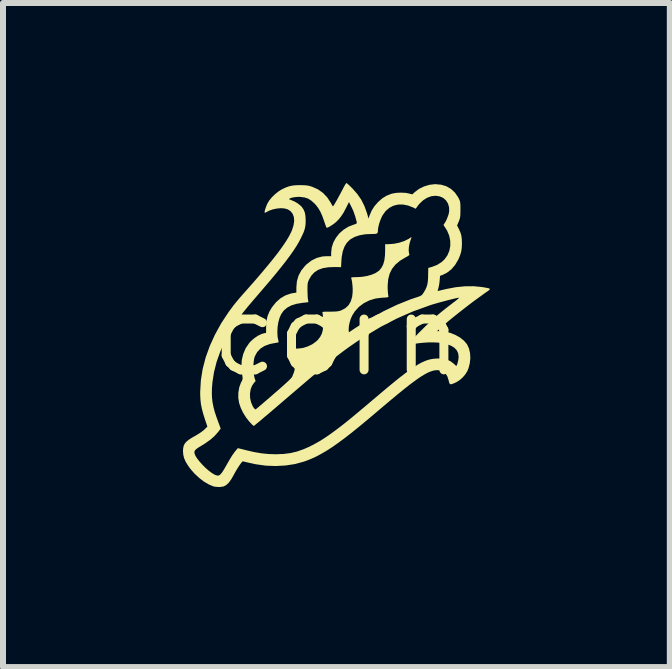
<source format=kicad_pcb>
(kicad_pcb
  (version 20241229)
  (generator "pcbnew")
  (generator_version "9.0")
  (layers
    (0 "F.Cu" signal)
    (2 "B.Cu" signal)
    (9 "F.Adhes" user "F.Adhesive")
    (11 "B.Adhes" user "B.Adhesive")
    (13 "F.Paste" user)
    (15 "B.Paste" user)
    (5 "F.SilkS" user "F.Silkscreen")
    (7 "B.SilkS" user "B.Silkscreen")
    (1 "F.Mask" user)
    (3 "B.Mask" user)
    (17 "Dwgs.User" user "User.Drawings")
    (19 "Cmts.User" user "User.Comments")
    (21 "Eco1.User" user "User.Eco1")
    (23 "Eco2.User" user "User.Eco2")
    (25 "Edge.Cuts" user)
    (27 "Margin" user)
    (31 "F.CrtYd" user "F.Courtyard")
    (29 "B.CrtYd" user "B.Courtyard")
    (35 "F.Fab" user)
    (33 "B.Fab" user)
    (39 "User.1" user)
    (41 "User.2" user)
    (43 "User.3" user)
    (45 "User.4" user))
  (footprint "corn"
    (layer "F.Cu")
    (at 2.565 2.535)
    (property "Reference" "corn" (at 0 0 0) (layer "F.SilkS") (effects (font (size 1.27 1.27) (thickness 0.15))))
    (attr board_only exclude_from_pos_files exclude_from_bom)
    (fp_poly (pts (xy 0.17 -2.528) (xy 0.191 -2.51) (xy 0.221 -2.482) (xy 0.255 -2.448) (xy 0.261 -2.442) (xy 0.341 -2.351) (xy 0.407 -2.256) (xy 0.459 -2.151) (xy 0.502 -2.033) (xy 0.511 -2.001) (xy 0.527 -1.942) (xy 0.545 -1.993) (xy 0.58 -2.075) (xy 0.626 -2.147) (xy 0.686 -2.216) (xy 0.69 -2.22) (xy 0.757 -2.279) (xy 0.827 -2.322) (xy 0.904 -2.353) (xy 0.93 -2.36) (xy 0.997 -2.371) (xy 1.073 -2.374) (xy 1.147 -2.37) (xy 1.199 -2.36) (xy 1.257 -2.345) (xy 1.3 -2.384) (xy 1.371 -2.437) (xy 1.453 -2.477) (xy 1.542 -2.504) (xy 1.633 -2.515) (xy 1.645 -2.515) (xy 1.74 -2.506) (xy 1.826 -2.48) (xy 1.902 -2.436) (xy 1.967 -2.376) (xy 2.02 -2.3) (xy 2.032 -2.276) (xy 2.044 -2.252) (xy 2.052 -2.23) (xy 2.056 -2.206) (xy 2.059 -2.175) (xy 2.06 -2.133) (xy 2.06 -2.09) (xy 2.059 -2.035) (xy 2.058 -1.994) (xy 2.054 -1.964) (xy 2.048 -1.937) (xy 2.039 -1.91) (xy 2.032 -1.893) (xy 2.004 -1.827) (xy 2.034 -1.768) (xy 2.058 -1.714) (xy 2.074 -1.662) (xy 2.082 -1.604) (xy 2.085 -1.534) (xy 2.085 -1.533) (xy 2.082 -1.456) (xy 2.073 -1.391) (xy 2.054 -1.329) (xy 2.026 -1.262) (xy 2.025 -1.26) (xy 1.972 -1.17) (xy 1.909 -1.096) (xy 1.837 -1.04) (xy 1.766 -1.004) (xy 1.72 -0.987) (xy 1.713 -0.904) (xy 1.708 -0.858) (xy 1.7 -0.814) (xy 1.692 -0.78) (xy 1.691 -0.776) (xy 1.682 -0.75) (xy 1.68 -0.738) (xy 1.687 -0.736) (xy 1.698 -0.738) (xy 1.716 -0.742) (xy 1.749 -0.75) (xy 1.792 -0.76) (xy 1.83 -0.769) (xy 1.985 -0.798) (xy 2.137 -0.813) (xy 2.281 -0.814) (xy 2.415 -0.801) (xy 2.42 -0.8) (xy 2.48 -0.79) (xy 2.521 -0.782) (xy 2.544 -0.775) (xy 2.551 -0.765) (xy 2.541 -0.752) (xy 2.517 -0.733) (xy 2.479 -0.707) (xy 2.469 -0.7) (xy 2.375 -0.632) (xy 2.273 -0.558) (xy 2.168 -0.478) (xy 2.063 -0.396) (xy 1.961 -0.315) (xy 1.866 -0.238) (xy 1.782 -0.166) (xy 1.72 -0.111) (xy 1.67 -0.066) (xy 1.72 -0.065) (xy 1.807 -0.057) (xy 1.895 -0.035) (xy 1.978 -0.001) (xy 2.054 0.042) (xy 2.118 0.093) (xy 2.167 0.15) (xy 2.171 0.156) (xy 2.202 0.223) (xy 2.22 0.301) (xy 2.225 0.385) (xy 2.216 0.47) (xy 2.194 0.554) (xy 2.175 0.601) (xy 2.142 0.654) (xy 2.098 0.706) (xy 2.047 0.751) (xy 1.997 0.783) (xy 1.988 0.788) (xy 1.942 0.808) (xy 1.912 0.819) (xy 1.892 0.82) (xy 1.88 0.81) (xy 1.871 0.789) (xy 1.863 0.755) (xy 1.841 0.688) (xy 1.811 0.639) (xy 1.772 0.606) (xy 1.721 0.589) (xy 1.676 0.585) (xy 1.64 0.587) (xy 1.603 0.594) (xy 1.563 0.607) (xy 1.518 0.626) (xy 1.469 0.652) (xy 1.413 0.685) (xy 1.351 0.727) (xy 1.28 0.778) (xy 1.2 0.838) (xy 1.111 0.909) (xy 1.01 0.991) (xy 0.898 1.084) (xy 0.772 1.19) (xy 0.66 1.285) (xy 0.51 1.412) (xy 0.372 1.526) (xy 0.246 1.628) (xy 0.13 1.718) (xy 0.023 1.797) (xy -0.075 1.866) (xy -0.168 1.926) (xy -0.255 1.977) (xy -0.338 2.022) (xy -0.418 2.059) (xy -0.497 2.091) (xy -0.551 2.11) (xy -0.697 2.15) (xy -0.854 2.174) (xy -1.017 2.183) (xy -1.183 2.177) (xy -1.349 2.154) (xy -1.464 2.129) (xy -1.506 2.119) (xy -1.54 2.111) (xy -1.562 2.106) (xy -1.567 2.105) (xy -1.579 2.113) (xy -1.598 2.136) (xy -1.622 2.169) (xy -1.649 2.21) (xy -1.677 2.256) (xy -1.704 2.303) (xy -1.717 2.328) (xy -1.761 2.405) (xy -1.804 2.463) (xy -1.846 2.502) (xy -1.888 2.523) (xy -1.89 2.524) (xy -1.956 2.534) (xy -2.026 2.529) (xy -2.062 2.521) (xy -2.139 2.488) (xy -2.219 2.44) (xy -2.298 2.379) (xy -2.374 2.308) (xy -2.443 2.229) (xy -2.478 2.18) (xy -2.52 2.112) (xy -2.547 2.05) (xy -2.561 1.989) (xy -2.563 1.957) (xy -2.375 1.957) (xy -2.371 1.979) (xy -2.355 2.017) (xy -2.325 2.063) (xy -2.285 2.113) (xy -2.238 2.165) (xy -2.187 2.216) (xy -2.134 2.262) (xy -2.084 2.299) (xy -2.039 2.326) (xy -2.015 2.336) (xy -1.986 2.343) (xy -1.965 2.34) (xy -1.944 2.325) (xy -1.936 2.317) (xy -1.92 2.298) (xy -1.897 2.265) (xy -1.872 2.224) (xy -1.846 2.178) (xy -1.844 2.175) (xy -1.79 2.08) (xy -1.742 2.002) (xy -1.697 1.94) (xy -1.678 1.917) (xy -1.65 1.885) (xy -1.514 1.919) (xy -1.381 1.95) (xy -1.258 1.971) (xy -1.139 1.983) (xy -1.02 1.987) (xy -0.89 1.982) (xy -0.772 1.967) (xy -0.659 1.94) (xy -0.546 1.899) (xy -0.47 1.866) (xy -0.404 1.833) (xy -0.339 1.798) (xy -0.271 1.759) (xy -0.201 1.714) (xy -0.127 1.664) (xy -0.047 1.606) (xy 0.04 1.541) (xy 0.135 1.467) (xy 0.239 1.383) (xy 0.354 1.287) (xy 0.482 1.18) (xy 0.595 1.084) (xy 0.729 0.971) (xy 0.849 0.87) (xy 0.957 0.781) (xy 1.054 0.703) (xy 1.14 0.637) (xy 1.218 0.58) (xy 1.288 0.532) (xy 1.351 0.492) (xy 1.408 0.46) (xy 1.461 0.436) (xy 1.511 0.417) (xy 1.559 0.404) (xy 1.606 0.396) (xy 1.653 0.392) (xy 1.695 0.391) (xy 1.776 0.396) (xy 1.843 0.412) (xy 1.9 0.44) (xy 1.945 0.475) (xy 1.969 0.496) (xy 1.985 0.511) (xy 1.991 0.515) (xy 1.998 0.506) (xy 2.007 0.483) (xy 2.016 0.451) (xy 2.024 0.416) (xy 2.028 0.383) (xy 2.03 0.365) (xy 2.022 0.304) (xy 1.998 0.253) (xy 1.957 0.21) (xy 1.9 0.176) (xy 1.826 0.15) (xy 1.733 0.132) (xy 1.677 0.125) (xy 1.61 0.122) (xy 1.534 0.122) (xy 1.453 0.127) (xy 1.372 0.135) (xy 1.298 0.146) (xy 1.233 0.159) (xy 1.187 0.172) (xy 1.182 0.171) (xy 1.19 0.156) (xy 1.209 0.132) (xy 1.238 0.098) (xy 1.275 0.058) (xy 1.319 0.012) (xy 1.368 -0.039) (xy 1.421 -0.091) (xy 1.475 -0.145) (xy 1.53 -0.197) (xy 1.583 -0.247) (xy 1.633 -0.293) (xy 1.679 -0.333) (xy 1.7 -0.351) (xy 1.754 -0.395) (xy 1.815 -0.444) (xy 1.876 -0.491) (xy 1.929 -0.532) (xy 1.933 -0.535) (xy 1.973 -0.565) (xy 2.005 -0.591) (xy 2.028 -0.611) (xy 2.038 -0.621) (xy 2.037 -0.623) (xy 2.024 -0.621) (xy 1.994 -0.616) (xy 1.952 -0.606) (xy 1.899 -0.593) (xy 1.84 -0.578) (xy 1.777 -0.561) (xy 1.713 -0.544) (xy 1.653 -0.527) (xy 1.597 -0.511) (xy 1.551 -0.496) (xy 1.545 -0.494) (xy 1.269 -0.394) (xy 1 -0.276) (xy 0.735 -0.139) (xy 0.474 0.017) (xy 0.38 0.078) (xy 0.318 0.12) (xy 0.258 0.161) (xy 0.201 0.201) (xy 0.144 0.242) (xy 0.086 0.285) (xy 0.026 0.331) (xy -0.037 0.38) (xy -0.105 0.434) (xy -0.178 0.495) (xy -0.259 0.562) (xy -0.349 0.637) (xy -0.449 0.721) (xy -0.559 0.815) (xy -0.683 0.921) (xy -0.813 1.032) (xy -0.904 1.11) (xy -0.99 1.184) (xy -1.072 1.254) (xy -1.146 1.317) (xy -1.213 1.373) (xy -1.27 1.422) (xy -1.317 1.461) (xy -1.353 1.49) (xy -1.375 1.509) (xy -1.384 1.515) (xy -1.394 1.508) (xy -1.415 1.49) (xy -1.441 1.462) (xy -1.459 1.443) (xy -1.513 1.375) (xy -1.563 1.295) (xy -1.603 1.211) (xy -1.63 1.13) (xy -1.643 1.046) (xy -1.642 0.977) (xy -1.448 0.977) (xy -1.446 1.049) (xy -1.43 1.121) (xy -1.402 1.187) (xy -1.394 1.2) (xy -1.373 1.228) (xy -1.357 1.239) (xy -1.353 1.239) (xy -1.343 1.23) (xy -1.319 1.211) (xy -1.284 1.181) (xy -1.239 1.143) (xy -1.186 1.097) (xy -1.126 1.046) (xy -1.062 0.99) (xy -1.053 0.982) (xy -0.966 0.907) (xy -0.895 0.844) (xy -0.838 0.792) (xy -0.795 0.752) (xy -0.765 0.721) (xy -0.748 0.701) (xy -0.745 0.695) (xy -0.713 0.615) (xy -0.693 0.524) (xy -0.686 0.429) (xy -0.692 0.338) (xy -0.699 0.3) (xy -0.707 0.263) (xy -0.706 0.24) (xy -0.693 0.229) (xy -0.667 0.225) (xy -0.65 0.225) (xy -0.569 0.216) (xy -0.488 0.191) (xy -0.41 0.154) (xy -0.344 0.106) (xy -0.316 0.079) (xy -0.278 0.03) (xy -0.251 -0.022) (xy -0.235 -0.081) (xy -0.227 -0.152) (xy -0.228 -0.232) (xy -0.23 -0.28) (xy -0.233 -0.323) (xy -0.237 -0.354) (xy -0.239 -0.37) (xy -0.241 -0.378) (xy -0.238 -0.384) (xy -0.228 -0.387) (xy -0.206 -0.389) (xy -0.171 -0.39) (xy -0.12 -0.39) (xy -0.113 -0.39) (xy -0.055 -0.391) (xy -0.012 -0.393) (xy 0.02 -0.397) (xy 0.047 -0.403) (xy 0.074 -0.412) (xy 0.076 -0.413) (xy 0.143 -0.449) (xy 0.195 -0.498) (xy 0.232 -0.561) (xy 0.255 -0.638) (xy 0.263 -0.712) (xy 0.264 -0.768) (xy 0.26 -0.827) (xy 0.254 -0.883) (xy 0.245 -0.929) (xy 0.239 -0.95) (xy 0.239 -0.957) (xy 0.248 -0.962) (xy 0.27 -0.964) (xy 0.307 -0.965) (xy 0.318 -0.965) (xy 0.412 -0.97) (xy 0.501 -0.984) (xy 0.58 -1.006) (xy 0.647 -1.035) (xy 0.699 -1.07) (xy 0.707 -1.077) (xy 0.745 -1.124) (xy 0.773 -1.179) (xy 0.792 -1.246) (xy 0.802 -1.326) (xy 0.805 -1.411) (xy 0.805 -1.515) (xy 0.863 -1.515) (xy 0.953 -1.522) (xy 1.042 -1.54) (xy 1.126 -1.568) (xy 1.198 -1.604) (xy 1.217 -1.617) (xy 1.237 -1.63) (xy 1.244 -1.631) (xy 1.242 -1.622) (xy 1.216 -1.544) (xy 1.201 -1.472) (xy 1.197 -1.409) (xy 1.204 -1.358) (xy 1.209 -1.345) (xy 1.207 -1.334) (xy 1.191 -1.321) (xy 1.16 -1.302) (xy 1.142 -1.293) (xy 1.051 -1.238) (xy 0.977 -1.175) (xy 0.92 -1.104) (xy 0.88 -1.023) (xy 0.856 -0.931) (xy 0.847 -0.827) (xy 0.847 -0.771) (xy 0.85 -0.724) (xy 0.853 -0.684) (xy 0.857 -0.656) (xy 0.859 -0.644) (xy 0.86 -0.637) (xy 0.853 -0.632) (xy 0.835 -0.628) (xy 0.803 -0.625) (xy 0.758 -0.623) (xy 0.645 -0.609) (xy 0.542 -0.578) (xy 0.449 -0.531) (xy 0.368 -0.47) (xy 0.299 -0.394) (xy 0.255 -0.324) (xy 0.231 -0.269) (xy 0.212 -0.207) (xy 0.2 -0.146) (xy 0.197 -0.093) (xy 0.197 -0.089) (xy 0.2 -0.045) (xy 0.326 -0.129) (xy 0.553 -0.272) (xy 0.778 -0.397) (xy 1.001 -0.504) (xy 1.22 -0.592) (xy 1.302 -0.62) (xy 1.35 -0.636) (xy 1.383 -0.648) (xy 1.405 -0.659) (xy 1.421 -0.672) (xy 1.433 -0.688) (xy 1.444 -0.703) (xy 1.474 -0.754) (xy 1.495 -0.8) (xy 1.509 -0.847) (xy 1.517 -0.901) (xy 1.521 -0.967) (xy 1.521 -0.99) (xy 1.524 -1.119) (xy 1.582 -1.135) (xy 1.671 -1.169) (xy 1.748 -1.218) (xy 1.795 -1.262) (xy 1.843 -1.329) (xy 1.875 -1.405) (xy 1.891 -1.486) (xy 1.89 -1.571) (xy 1.873 -1.656) (xy 1.839 -1.738) (xy 1.798 -1.803) (xy 1.783 -1.825) (xy 1.779 -1.839) (xy 1.786 -1.851) (xy 1.788 -1.853) (xy 1.807 -1.881) (xy 1.828 -1.922) (xy 1.847 -1.969) (xy 1.863 -2.015) (xy 1.871 -2.054) (xy 1.872 -2.058) (xy 1.871 -2.128) (xy 1.853 -2.191) (xy 1.82 -2.244) (xy 1.774 -2.285) (xy 1.717 -2.311) (xy 1.646 -2.322) (xy 1.574 -2.314) (xy 1.503 -2.288) (xy 1.436 -2.245) (xy 1.375 -2.187) (xy 1.35 -2.155) (xy 1.314 -2.105) (xy 1.277 -2.124) (xy 1.188 -2.159) (xy 1.101 -2.176) (xy 1.019 -2.175) (xy 0.943 -2.156) (xy 0.874 -2.12) (xy 0.813 -2.067) (xy 0.763 -1.998) (xy 0.745 -1.962) (xy 0.724 -1.913) (xy 0.706 -1.859) (xy 0.693 -1.809) (xy 0.686 -1.767) (xy 0.685 -1.755) (xy 0.684 -1.724) (xy 0.678 -1.703) (xy 0.665 -1.692) (xy 0.641 -1.686) (xy 0.601 -1.685) (xy 0.581 -1.685) (xy 0.472 -1.68) (xy 0.378 -1.663) (xy 0.297 -1.636) (xy 0.228 -1.597) (xy 0.217 -1.589) (xy 0.165 -1.537) (xy 0.126 -1.472) (xy 0.097 -1.391) (xy 0.08 -1.295) (xy 0.076 -1.241) (xy 0.07 -1.132) (xy -0.036 -1.134) (xy -0.143 -1.13) (xy -0.234 -1.115) (xy -0.311 -1.087) (xy -0.374 -1.046) (xy -0.424 -0.992) (xy -0.457 -0.937) (xy -0.472 -0.907) (xy -0.481 -0.881) (xy -0.487 -0.855) (xy -0.489 -0.823) (xy -0.49 -0.779) (xy -0.49 -0.76) (xy -0.489 -0.709) (xy -0.487 -0.659) (xy -0.485 -0.618) (xy -0.482 -0.599) (xy -0.475 -0.548) (xy -0.574 -0.537) (xy -0.675 -0.52) (xy -0.759 -0.494) (xy -0.828 -0.457) (xy -0.884 -0.41) (xy -0.927 -0.35) (xy -0.954 -0.29) (xy -0.975 -0.217) (xy -0.988 -0.134) (xy -0.992 -0.05) (xy -0.988 0.03) (xy -0.975 0.094) (xy -0.971 0.111) (xy -0.975 0.121) (xy -0.99 0.126) (xy -1.018 0.13) (xy -1.119 0.15) (xy -1.205 0.182) (xy -1.274 0.226) (xy -1.328 0.283) (xy -1.366 0.352) (xy -1.372 0.367) (xy -1.382 0.412) (xy -1.389 0.47) (xy -1.391 0.535) (xy -1.389 0.601) (xy -1.383 0.661) (xy -1.373 0.709) (xy -1.372 0.714) (xy -1.354 0.768) (xy -1.379 0.794) (xy -1.414 0.845) (xy -1.438 0.907) (xy -1.448 0.977) (xy -1.642 0.977) (xy -1.642 0.958) (xy -1.627 0.872) (xy -1.6 0.796) (xy -1.59 0.778) (xy -1.579 0.757) (xy -1.573 0.74) (xy -1.571 0.722) (xy -1.573 0.696) (xy -1.579 0.657) (xy -1.582 0.643) (xy -1.592 0.527) (xy -1.585 0.417) (xy -1.56 0.313) (xy -1.519 0.218) (xy -1.461 0.133) (xy -1.431 0.1) (xy -1.376 0.052) (xy -1.315 0.011) (xy -1.254 -0.018) (xy -1.21 -0.031) (xy -1.18 -0.036) (xy -1.179 -0.143) (xy -1.173 -0.234) (xy -1.156 -0.314) (xy -1.125 -0.39) (xy -1.081 -0.464) (xy -1.016 -0.545) (xy -0.942 -0.611) (xy -0.86 -0.66) (xy -0.771 -0.691) (xy -0.742 -0.697) (xy -0.675 -0.708) (xy -0.675 -0.795) (xy -0.666 -0.897) (xy -0.639 -0.99) (xy -0.594 -1.075) (xy -0.53 -1.154) (xy -0.5 -1.183) (xy -0.42 -1.244) (xy -0.334 -1.286) (xy -0.242 -1.31) (xy -0.168 -1.315) (xy -0.095 -1.315) (xy -0.095 -1.374) (xy -0.085 -1.461) (xy -0.058 -1.545) (xy -0.014 -1.624) (xy 0.043 -1.696) (xy 0.113 -1.757) (xy 0.192 -1.806) (xy 0.268 -1.836) (xy 0.303 -1.848) (xy 0.323 -1.856) (xy 0.331 -1.865) (xy 0.332 -1.877) (xy 0.33 -1.889) (xy 0.305 -1.982) (xy 0.272 -2.075) (xy 0.242 -2.138) (xy 0.202 -2.217) (xy 0.154 -2.121) (xy 0.112 -2.041) (xy 0.07 -1.977) (xy 0.027 -1.924) (xy -0.017 -1.881) (xy -0.049 -1.855) (xy -0.084 -1.831) (xy -0.118 -1.81) (xy -0.147 -1.794) (xy -0.167 -1.788) (xy -0.172 -1.789) (xy -0.177 -1.8) (xy -0.187 -1.826) (xy -0.2 -1.863) (xy -0.21 -1.892) (xy -0.242 -1.983) (xy -0.275 -2.057) (xy -0.312 -2.119) (xy -0.353 -2.172) (xy -0.37 -2.19) (xy -0.424 -2.239) (xy -0.477 -2.273) (xy -0.535 -2.293) (xy -0.602 -2.302) (xy -0.611 -2.303) (xy -0.655 -2.303) (xy -0.7 -2.299) (xy -0.74 -2.292) (xy -0.772 -2.283) (xy -0.792 -2.272) (xy -0.795 -2.266) (xy -0.786 -2.259) (xy -0.764 -2.25) (xy -0.752 -2.246) (xy -0.707 -2.227) (xy -0.659 -2.199) (xy -0.615 -2.166) (xy -0.582 -2.134) (xy -0.582 -2.133) (xy -0.553 -2.089) (xy -0.534 -2.042) (xy -0.524 -1.988) (xy -0.52 -1.921) (xy -0.52 -1.91) (xy -0.521 -1.855) (xy -0.527 -1.807) (xy -0.537 -1.762) (xy -0.554 -1.713) (xy -0.58 -1.656) (xy -0.601 -1.613) (xy -0.635 -1.548) (xy -0.676 -1.479) (xy -0.725 -1.404) (xy -0.783 -1.322) (xy -0.85 -1.232) (xy -0.927 -1.134) (xy -1.015 -1.025) (xy -1.115 -0.905) (xy -1.228 -0.773) (xy -1.298 -0.691) (xy -1.391 -0.583) (xy -1.472 -0.488) (xy -1.542 -0.402) (xy -1.603 -0.325) (xy -1.656 -0.254) (xy -1.703 -0.186) (xy -1.745 -0.12) (xy -1.784 -0.054) (xy -1.822 0.015) (xy -1.86 0.089) (xy -1.865 0.1) (xy -1.944 0.277) (xy -2.005 0.449) (xy -2.048 0.619) (xy -2.074 0.787) (xy -2.082 0.885) (xy -2.084 0.97) (xy -2.081 1.047) (xy -2.072 1.123) (xy -2.057 1.199) (xy -2.035 1.282) (xy -2.004 1.375) (xy -1.971 1.465) (xy -1.936 1.559) (xy -1.977 1.613) (xy -2.037 1.681) (xy -2.108 1.744) (xy -2.194 1.805) (xy -2.25 1.84) (xy -2.302 1.871) (xy -2.338 1.896) (xy -2.361 1.917) (xy -2.372 1.936) (xy -2.375 1.957) (xy -2.563 1.957) (xy -2.565 1.937) (xy -2.562 1.889) (xy -2.554 1.848) (xy -2.537 1.812) (xy -2.51 1.779) (xy -2.47 1.746) (xy -2.416 1.711) (xy -2.345 1.671) (xy -2.344 1.67) (xy -2.299 1.643) (xy -2.255 1.613) (xy -2.218 1.584) (xy -2.207 1.574) (xy -2.158 1.526) (xy -2.201 1.398) (xy -2.23 1.305) (xy -2.251 1.224) (xy -2.266 1.149) (xy -2.274 1.074) (xy -2.278 0.992) (xy -2.278 0.945) (xy -2.267 0.756) (xy -2.237 0.566) (xy -2.187 0.374) (xy -2.118 0.182) (xy -2.031 -0.009) (xy -1.926 -0.199) (xy -1.802 -0.387) (xy -1.718 -0.5) (xy -1.688 -0.537) (xy -1.649 -0.584) (xy -1.603 -0.638) (xy -1.555 -0.693) (xy -1.512 -0.741) (xy -1.376 -0.895) (xy -1.255 -1.036) (xy -1.147 -1.165) (xy -1.052 -1.282) (xy -0.97 -1.388) (xy -0.901 -1.484) (xy -0.843 -1.57) (xy -0.797 -1.647) (xy -0.762 -1.716) (xy -0.748 -1.748) (xy -0.722 -1.829) (xy -0.711 -1.903) (xy -0.717 -1.968) (xy -0.738 -2.023) (xy -0.774 -2.067) (xy -0.82 -2.096) (xy -0.87 -2.11) (xy -0.932 -2.115) (xy -0.999 -2.109) (xy -1.067 -2.095) (xy -1.13 -2.073) (xy -1.164 -2.055) (xy -1.186 -2.043) (xy -1.201 -2.039) (xy -1.203 -2.04) (xy -1.205 -2.054) (xy -1.199 -2.081) (xy -1.188 -2.117) (xy -1.173 -2.157) (xy -1.157 -2.194) (xy -1.126 -2.245) (xy -1.081 -2.299) (xy -1.027 -2.351) (xy -0.97 -2.396) (xy -0.92 -2.427) (xy -0.856 -2.458) (xy -0.798 -2.479) (xy -0.74 -2.492) (xy -0.675 -2.498) (xy -0.61 -2.499) (xy -0.554 -2.498) (xy -0.511 -2.495) (xy -0.476 -2.49) (xy -0.441 -2.481) (xy -0.41 -2.471) (xy -0.315 -2.429) (xy -0.232 -2.37) (xy -0.161 -2.296) (xy -0.102 -2.206) (xy -0.098 -2.199) (xy -0.082 -2.17) (xy -0.07 -2.151) (xy -0.065 -2.145) (xy -0.058 -2.153) (xy -0.043 -2.176) (xy -0.022 -2.211) (xy 0.003 -2.255) (xy 0.03 -2.305) (xy 0.059 -2.358) (xy 0.086 -2.41) (xy 0.098 -2.432) (xy 0.119 -2.473) (xy 0.138 -2.506) (xy 0.153 -2.528) (xy 0.16 -2.535)) (stroke (width 0) (type solid)) (fill yes) (layer "F.SilkS")))
  (gr_rect
    (start -3 -3)
    (end 8.115 8.069)
    (stroke (width 0.1) (type default))
    (fill no)
    (layer "Edge.Cuts")))
</source>
